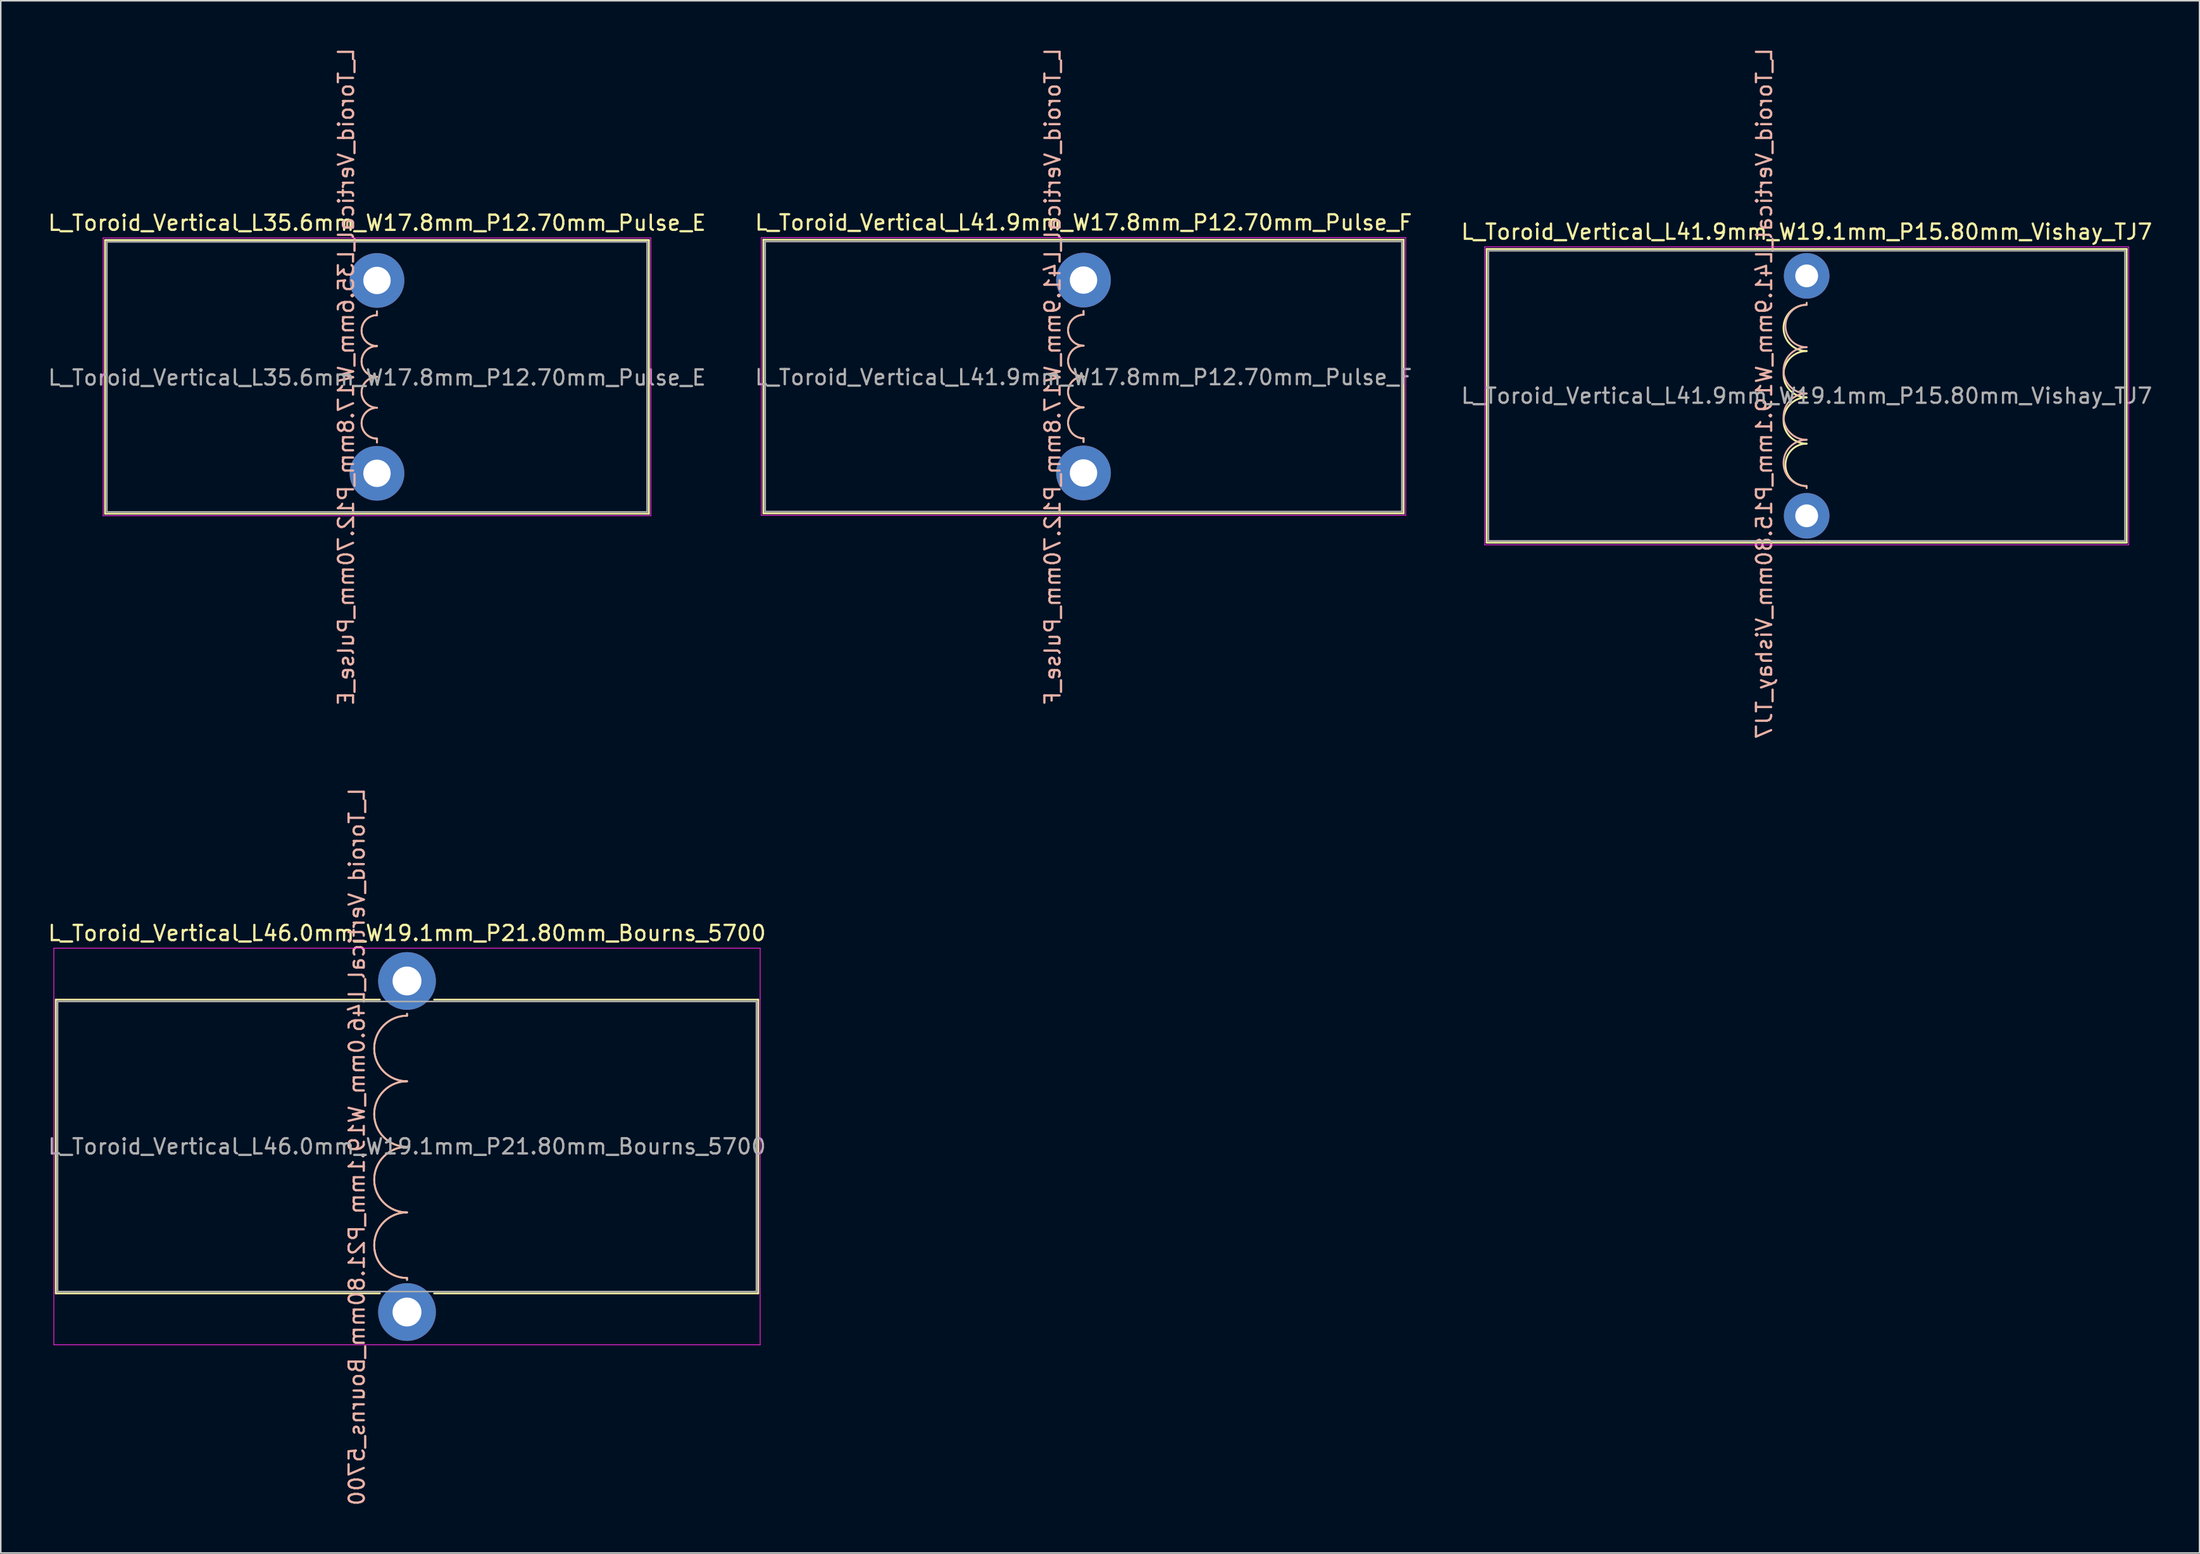
<source format=kicad_pcb>
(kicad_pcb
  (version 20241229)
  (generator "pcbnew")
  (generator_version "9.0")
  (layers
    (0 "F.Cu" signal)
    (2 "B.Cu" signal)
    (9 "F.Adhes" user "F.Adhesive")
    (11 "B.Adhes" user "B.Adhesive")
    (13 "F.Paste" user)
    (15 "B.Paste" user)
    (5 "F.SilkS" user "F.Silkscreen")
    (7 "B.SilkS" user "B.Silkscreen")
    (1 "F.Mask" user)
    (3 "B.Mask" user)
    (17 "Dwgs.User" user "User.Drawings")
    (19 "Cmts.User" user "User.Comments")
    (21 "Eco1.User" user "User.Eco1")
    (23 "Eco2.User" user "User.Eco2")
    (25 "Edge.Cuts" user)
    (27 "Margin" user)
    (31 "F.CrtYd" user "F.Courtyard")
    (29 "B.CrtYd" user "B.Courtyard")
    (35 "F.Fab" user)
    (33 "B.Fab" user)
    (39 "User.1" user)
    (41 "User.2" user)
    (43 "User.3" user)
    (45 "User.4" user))
  (footprint "L_Toroid_Vertical_L35.6mm_W17.8mm_P12.70mm_Pulse_E"
    (layer "F.Cu")
    (at 21.768 15.418)
    (property "Reference" "L_Toroid_Vertical_L35.6mm_W17.8mm_P12.70mm_Pulse_E" (at 0 -3.79 0) (layer "F.SilkS") (effects (font (size 1 1) (thickness 0.15))))
    (fp_line (start -17.9 -2.66) (end -17.9 15.36) (stroke (width 0.12) (type solid)) (layer "F.SilkS"))
    (fp_line (start -17.9 -2.66) (end 17.9 -2.66) (stroke (width 0.12) (type solid)) (layer "F.SilkS"))
    (fp_line (start -17.9 15.36) (end 17.9 15.36) (stroke (width 0.12) (type solid)) (layer "F.SilkS"))
    (fp_line (start 0 2.286) (end 0 2.032) (stroke (width 0.12) (type solid)) (layer "F.SilkS"))
    (fp_line (start 0 10.414) (end 0 10.668) (stroke (width 0.12) (type solid)) (layer "F.SilkS"))
    (fp_line (start 17.9 -2.66) (end 17.9 15.36) (stroke (width 0.12) (type solid)) (layer "F.SilkS"))
    (fp_arc (start 0 4.318) (mid -1.016 3.302) (end 0 2.286) (stroke (width 0.12) (type solid)) (layer "F.SilkS"))
    (fp_arc (start 0 6.35) (mid -1.016 5.334) (end 0 4.318) (stroke (width 0.12) (type solid)) (layer "F.SilkS"))
    (fp_arc (start 0 8.382) (mid -1.016 7.366) (end 0 6.35) (stroke (width 0.12) (type solid)) (layer "F.SilkS"))
    (fp_arc (start 0 10.414) (mid -1.016 9.398) (end 0 8.382) (stroke (width 0.12) (type solid)) (layer "F.SilkS"))
    (fp_line (start 0 2.286) (end 0 2.032) (stroke (width 0.12) (type solid)) (layer "B.SilkS"))
    (fp_line (start 0 10.414) (end 0 10.668) (stroke (width 0.12) (type solid)) (layer "B.SilkS"))
    (fp_arc (start 0 4.318) (mid -1.016 3.302) (end 0 2.286) (stroke (width 0.12) (type solid)) (layer "B.SilkS"))
    (fp_arc (start 0 6.35) (mid -1.016 5.334) (end 0 4.318) (stroke (width 0.12) (type solid)) (layer "B.SilkS"))
    (fp_arc (start 0 8.382) (mid -1.016 7.366) (end 0 6.35) (stroke (width 0.12) (type solid)) (layer "B.SilkS"))
    (fp_arc (start 0 10.414) (mid -1.016 9.398) (end 0 8.382) (stroke (width 0.12) (type solid)) (layer "B.SilkS"))
    (fp_line (start -18.03 -2.8) (end -18.03 15.49) (stroke (width 0.05) (type solid)) (layer "F.CrtYd"))
    (fp_line (start -18.03 15.49) (end 18.03 15.49) (stroke (width 0.05) (type solid)) (layer "F.CrtYd"))
    (fp_line (start 18.03 -2.8) (end -18.03 -2.8) (stroke (width 0.05) (type solid)) (layer "F.CrtYd"))
    (fp_line (start 18.03 15.49) (end 18.03 -2.8) (stroke (width 0.05) (type solid)) (layer "F.CrtYd"))
    (fp_line (start -17.78 -2.54) (end -17.78 15.24) (stroke (width 0.1) (type solid)) (layer "F.Fab"))
    (fp_line (start -17.78 15.24) (end 17.78 15.24) (stroke (width 0.1) (type solid)) (layer "F.Fab"))
    (fp_line (start 17.78 -2.54) (end -17.78 -2.54) (stroke (width 0.1) (type solid)) (layer "F.Fab"))
    (fp_line (start 17.78 15.24) (end 17.78 -2.54) (stroke (width 0.1) (type solid)) (layer "F.Fab"))
    (fp_text user "${REFERENCE}" (at -2.032 6.35 90) (layer "B.SilkS") (effects (font (size 1 1) (thickness 0.15)) (justify mirror)))
    (fp_text user "${REFERENCE}" (at 0 6.4 0) (layer "F.Fab") (effects (font (size 1 1) (thickness 0.15))))
    (pad "1" thru_hole circle (at 0 0) (size 3.6 3.6) (drill 1.8) (layers "*.Cu" "*.Mask"))
    (pad "2" thru_hole circle (at 0 12.7) (size 3.6 3.6) (drill 1.8) (layers "*.Cu" "*.Mask")))
  (footprint "L_Toroid_Vertical_L41.9mm_W19.1mm_P15.80mm_Vishay_TJ7"
    (layer "F.Cu")
    (at 115.887 15.116)
    (property "Reference" "L_Toroid_Vertical_L41.9mm_W19.1mm_P15.80mm_Vishay_TJ7" (at 0 -2.9 0) (layer "F.SilkS") (effects (font (size 1 1) (thickness 0.15))))
    (fp_line (start -21.07 -1.77) (end -21.07 17.57) (stroke (width 0.12) (type solid)) (layer "F.SilkS"))
    (fp_line (start -21.07 -1.77) (end 21.07 -1.77) (stroke (width 0.12) (type solid)) (layer "F.SilkS"))
    (fp_line (start -21.07 17.57) (end 21.07 17.57) (stroke (width 0.12) (type solid)) (layer "F.SilkS"))
    (fp_line (start 0 1.905) (end 0 1.778) (stroke (width 0.12) (type solid)) (layer "F.SilkS"))
    (fp_line (start 0 13.843) (end 0 13.97) (stroke (width 0.12) (type solid)) (layer "F.SilkS"))
    (fp_line (start 21.07 -1.77) (end 21.07 17.57) (stroke (width 0.12) (type solid)) (layer "F.SilkS"))
    (fp_arc (start 0 4.953) (mid -1.524 3.429) (end 0 1.905) (stroke (width 0.12) (type solid)) (layer "F.SilkS"))
    (fp_arc (start 0 8.001) (mid -1.524 6.477) (end 0 4.953) (stroke (width 0.12) (type solid)) (layer "F.SilkS"))
    (fp_arc (start 0 11.049) (mid -1.524 9.525) (end 0 8.001) (stroke (width 0.12) (type solid)) (layer "F.SilkS"))
    (fp_arc (start 0 13.843) (mid -1.397 12.446) (end 0 11.049) (stroke (width 0.12) (type solid)) (layer "F.SilkS"))
    (fp_line (start 0 1.905) (end 0 1.778) (stroke (width 0.12) (type solid)) (layer "B.SilkS"))
    (fp_line (start 0 13.843) (end 0 13.97) (stroke (width 0.12) (type solid)) (layer "B.SilkS"))
    (fp_arc (start 0 4.699) (mid -1.397 3.302) (end 0 1.905) (stroke (width 0.12) (type solid)) (layer "B.SilkS"))
    (fp_arc (start 0 7.747) (mid -1.524 6.223) (end 0 4.699) (stroke (width 0.12) (type solid)) (layer "B.SilkS"))
    (fp_arc (start 0 10.795) (mid -1.524 9.271) (end 0 7.747) (stroke (width 0.12) (type solid)) (layer "B.SilkS"))
    (fp_arc (start 0 13.843) (mid -1.524 12.319) (end 0 10.795) (stroke (width 0.12) (type solid)) (layer "B.SilkS"))
    (fp_line (start -21.2 -1.91) (end -21.2 17.71) (stroke (width 0.05) (type solid)) (layer "F.CrtYd"))
    (fp_line (start -21.2 17.71) (end 21.2 17.71) (stroke (width 0.05) (type solid)) (layer "F.CrtYd"))
    (fp_line (start 21.2 -1.91) (end -21.2 -1.91) (stroke (width 0.05) (type solid)) (layer "F.CrtYd"))
    (fp_line (start 21.2 17.71) (end 21.2 -1.91) (stroke (width 0.05) (type solid)) (layer "F.CrtYd"))
    (fp_line (start -20.95 -1.65) (end -20.95 17.45) (stroke (width 0.1) (type solid)) (layer "F.Fab"))
    (fp_line (start -20.95 17.45) (end 20.95 17.45) (stroke (width 0.1) (type solid)) (layer "F.Fab"))
    (fp_line (start 20.95 -1.65) (end -20.95 -1.65) (stroke (width 0.1) (type solid)) (layer "F.Fab"))
    (fp_line (start 20.95 17.45) (end 20.95 -1.65) (stroke (width 0.1) (type solid)) (layer "F.Fab"))
    (fp_text user "${REFERENCE}" (at -2.794 7.747 90) (layer "B.SilkS") (effects (font (size 1 1) (thickness 0.15)) (justify mirror)))
    (fp_text user "${REFERENCE}" (at 0 7.9 0) (layer "F.Fab") (effects (font (size 1 1) (thickness 0.15))))
    (pad "1" thru_hole circle (at 0 0) (size 3 3) (drill 1.5) (layers "*.Cu" "*.Mask"))
    (pad "2" thru_hole circle (at 0 15.8) (size 3 3) (drill 1.5) (layers "*.Cu" "*.Mask")))
  (footprint "L_Toroid_Vertical_L41.9mm_W17.8mm_P12.70mm_Pulse_F"
    (layer "F.Cu")
    (at 68.28 15.394)
    (property "Reference" "L_Toroid_Vertical_L41.9mm_W17.8mm_P12.70mm_Pulse_F" (at 0 -3.79 0) (layer "F.SilkS") (effects (font (size 1 1) (thickness 0.15))))
    (fp_line (start -21.075 -2.66) (end -21.075 15.36) (stroke (width 0.12) (type solid)) (layer "F.SilkS"))
    (fp_line (start -21.075 -2.66) (end 21.075 -2.66) (stroke (width 0.12) (type solid)) (layer "F.SilkS"))
    (fp_line (start -21.075 15.36) (end 21.075 15.36) (stroke (width 0.12) (type solid)) (layer "F.SilkS"))
    (fp_line (start 0 2.286) (end 0 2.032) (stroke (width 0.12) (type solid)) (layer "F.SilkS"))
    (fp_line (start 0 10.414) (end 0 10.668) (stroke (width 0.12) (type solid)) (layer "F.SilkS"))
    (fp_line (start 21.075 -2.66) (end 21.075 15.36) (stroke (width 0.12) (type solid)) (layer "F.SilkS"))
    (fp_arc (start 0 4.318) (mid -1.016 3.302) (end 0 2.286) (stroke (width 0.12) (type solid)) (layer "F.SilkS"))
    (fp_arc (start 0 6.35) (mid -1.016 5.334) (end 0 4.318) (stroke (width 0.12) (type solid)) (layer "F.SilkS"))
    (fp_arc (start 0 8.382) (mid -1.016 7.366) (end 0 6.35) (stroke (width 0.12) (type solid)) (layer "F.SilkS"))
    (fp_arc (start 0 10.414) (mid -1.016 9.398) (end 0 8.382) (stroke (width 0.12) (type solid)) (layer "F.SilkS"))
    (fp_line (start 0 2.286) (end 0 2.032) (stroke (width 0.12) (type solid)) (layer "B.SilkS"))
    (fp_line (start 0 10.414) (end 0 10.668) (stroke (width 0.12) (type solid)) (layer "B.SilkS"))
    (fp_arc (start 0 4.318) (mid -1.016 3.302) (end 0 2.286) (stroke (width 0.12) (type solid)) (layer "B.SilkS"))
    (fp_arc (start 0 6.35) (mid -1.016 5.334) (end 0 4.318) (stroke (width 0.12) (type solid)) (layer "B.SilkS"))
    (fp_arc (start 0 8.382) (mid -1.016 7.366) (end 0 6.35) (stroke (width 0.12) (type solid)) (layer "B.SilkS"))
    (fp_arc (start 0 10.414) (mid -1.016 9.398) (end 0 8.382) (stroke (width 0.12) (type solid)) (layer "B.SilkS"))
    (fp_line (start -21.21 -2.8) (end -21.21 15.49) (stroke (width 0.05) (type solid)) (layer "F.CrtYd"))
    (fp_line (start -21.21 15.49) (end 21.21 15.49) (stroke (width 0.05) (type solid)) (layer "F.CrtYd"))
    (fp_line (start 21.21 -2.8) (end -21.21 -2.8) (stroke (width 0.05) (type solid)) (layer "F.CrtYd"))
    (fp_line (start 21.21 15.49) (end 21.21 -2.8) (stroke (width 0.05) (type solid)) (layer "F.CrtYd"))
    (fp_line (start -20.955 -2.54) (end -20.955 15.24) (stroke (width 0.1) (type solid)) (layer "F.Fab"))
    (fp_line (start -20.955 15.24) (end 20.955 15.24) (stroke (width 0.1) (type solid)) (layer "F.Fab"))
    (fp_line (start 20.955 -2.54) (end -20.955 -2.54) (stroke (width 0.1) (type solid)) (layer "F.Fab"))
    (fp_line (start 20.955 15.24) (end 20.955 -2.54) (stroke (width 0.1) (type solid)) (layer "F.Fab"))
    (fp_text user "${REFERENCE}" (at -2.032 6.35 90) (layer "B.SilkS") (effects (font (size 1 1) (thickness 0.15)) (justify mirror)))
    (fp_text user "${REFERENCE}" (at 0 6.4 0) (layer "F.Fab") (effects (font (size 1 1) (thickness 0.15))))
    (pad "1" thru_hole circle (at 0 0) (size 3.6 3.6) (drill 1.8) (layers "*.Cu" "*.Mask"))
    (pad "2" thru_hole circle (at 0 12.7) (size 3.6 3.6) (drill 1.8) (layers "*.Cu" "*.Mask")))
  (footprint "L_Toroid_Vertical_L46.0mm_W19.1mm_P21.80mm_Bourns_5700"
    (layer "F.Cu")
    (at 23.744 61.548)
    (property "Reference" "L_Toroid_Vertical_L46.0mm_W19.1mm_P21.80mm_Bourns_5700" (at 0 -3.15 0) (layer "F.SilkS") (effects (font (size 1 1) (thickness 0.15))))
    (fp_line (start -23.12 1.23) (end -23.12 20.57) (stroke (width 0.12) (type solid)) (layer "F.SilkS"))
    (fp_line (start -23.12 1.23) (end -1.785 1.23) (stroke (width 0.12) (type solid)) (layer "F.SilkS"))
    (fp_line (start -23.12 20.57) (end -1.785 20.57) (stroke (width 0.12) (type solid)) (layer "F.SilkS"))
    (fp_line (start 0 2.286) (end 0 2.159) (stroke (width 0.12) (type solid)) (layer "F.SilkS"))
    (fp_line (start 0 19.558) (end 0 19.685) (stroke (width 0.12) (type solid)) (layer "F.SilkS"))
    (fp_line (start 1.785 1.23) (end 23.12 1.23) (stroke (width 0.12) (type solid)) (layer "F.SilkS"))
    (fp_line (start 1.785 20.57) (end 23.12 20.57) (stroke (width 0.12) (type solid)) (layer "F.SilkS"))
    (fp_line (start 23.12 1.23) (end 23.12 20.57) (stroke (width 0.12) (type solid)) (layer "F.SilkS"))
    (fp_arc (start 0 6.604) (mid -2.159 4.445) (end 0 2.286) (stroke (width 0.12) (type solid)) (layer "F.SilkS"))
    (fp_arc (start 0 10.922) (mid -2.159 8.763) (end 0 6.604) (stroke (width 0.12) (type solid)) (layer "F.SilkS"))
    (fp_arc (start 0 15.24) (mid -2.159 13.081) (end 0 10.922) (stroke (width 0.12) (type solid)) (layer "F.SilkS"))
    (fp_arc (start 0 19.558) (mid -2.159 17.399) (end 0 15.24) (stroke (width 0.12) (type solid)) (layer "F.SilkS"))
    (fp_line (start 0 2.286) (end 0 2.159) (stroke (width 0.12) (type solid)) (layer "B.SilkS"))
    (fp_line (start 0 19.558) (end 0 19.685) (stroke (width 0.12) (type solid)) (layer "B.SilkS"))
    (fp_arc (start 0 6.604) (mid -2.159 4.445) (end 0 2.286) (stroke (width 0.12) (type solid)) (layer "B.SilkS"))
    (fp_arc (start 0 10.922) (mid -2.159 8.763) (end 0 6.604) (stroke (width 0.12) (type solid)) (layer "B.SilkS"))
    (fp_arc (start 0 15.24) (mid -2.159 13.081) (end 0 10.922) (stroke (width 0.12) (type solid)) (layer "B.SilkS"))
    (fp_arc (start 0 19.558) (mid -2.159 17.399) (end 0 15.24) (stroke (width 0.12) (type solid)) (layer "B.SilkS"))
    (fp_line (start -23.25 -2.16) (end -23.25 23.96) (stroke (width 0.05) (type solid)) (layer "F.CrtYd"))
    (fp_line (start -23.25 23.96) (end 23.25 23.96) (stroke (width 0.05) (type solid)) (layer "F.CrtYd"))
    (fp_line (start 23.25 -2.16) (end -23.25 -2.16) (stroke (width 0.05) (type solid)) (layer "F.CrtYd"))
    (fp_line (start 23.25 23.96) (end 23.25 -2.16) (stroke (width 0.05) (type solid)) (layer "F.CrtYd"))
    (fp_line (start -23 1.35) (end -23 20.45) (stroke (width 0.1) (type solid)) (layer "F.Fab"))
    (fp_line (start -23 20.45) (end 23 20.45) (stroke (width 0.1) (type solid)) (layer "F.Fab"))
    (fp_line (start 23 1.35) (end -23 1.35) (stroke (width 0.1) (type solid)) (layer "F.Fab"))
    (fp_line (start 23 20.45) (end 23 1.35) (stroke (width 0.1) (type solid)) (layer "F.Fab"))
    (fp_text user "${REFERENCE}" (at -3.302 10.922 90) (layer "B.SilkS") (effects (font (size 1 1) (thickness 0.15)) (justify mirror)))
    (fp_text user "${REFERENCE}" (at 0 10.9 0) (layer "F.Fab") (effects (font (size 1 1) (thickness 0.15))))
    (pad "1" thru_hole circle (at 0 0) (size 3.8 3.8) (drill 1.9) (layers "*.Cu" "*.Mask"))
    (pad "2" thru_hole circle (at 0 21.8) (size 3.8 3.8) (drill 1.9) (layers "*.Cu" "*.Mask")))
  (gr_rect
    (start -3 -3)
    (end 141.75 99.214)
    (stroke (width 0.1) (type default))
    (fill no)
    (layer "Edge.Cuts")))
</source>
